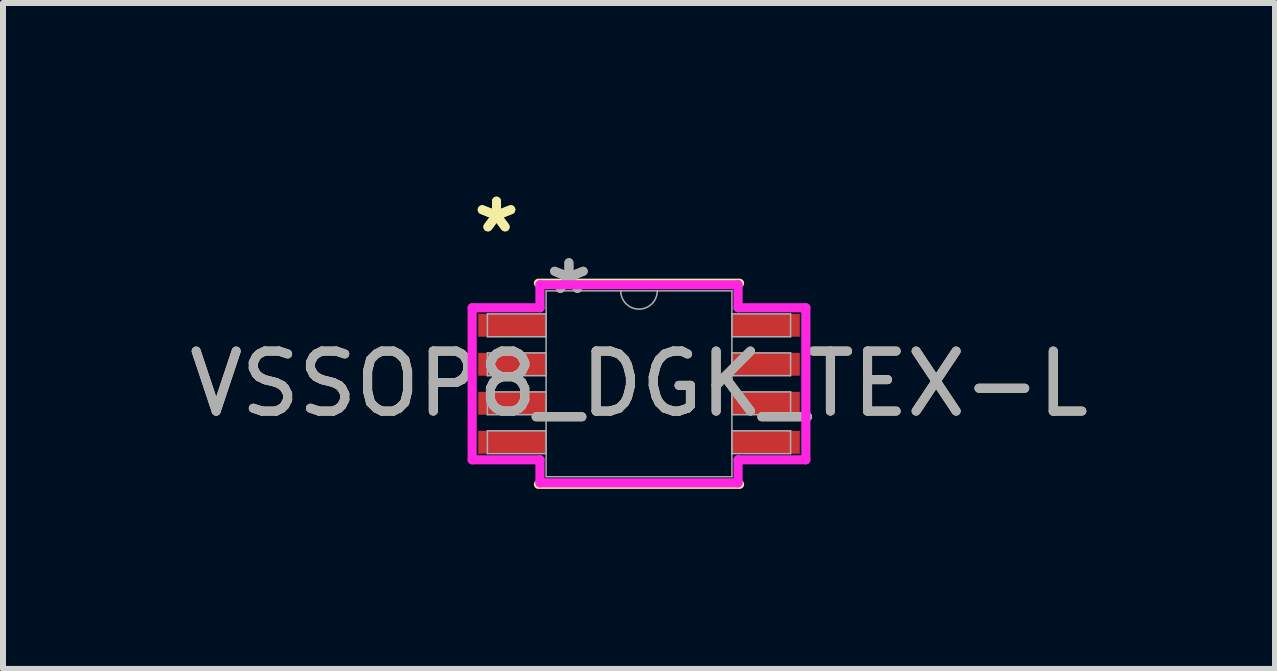
<source format=kicad_pcb>
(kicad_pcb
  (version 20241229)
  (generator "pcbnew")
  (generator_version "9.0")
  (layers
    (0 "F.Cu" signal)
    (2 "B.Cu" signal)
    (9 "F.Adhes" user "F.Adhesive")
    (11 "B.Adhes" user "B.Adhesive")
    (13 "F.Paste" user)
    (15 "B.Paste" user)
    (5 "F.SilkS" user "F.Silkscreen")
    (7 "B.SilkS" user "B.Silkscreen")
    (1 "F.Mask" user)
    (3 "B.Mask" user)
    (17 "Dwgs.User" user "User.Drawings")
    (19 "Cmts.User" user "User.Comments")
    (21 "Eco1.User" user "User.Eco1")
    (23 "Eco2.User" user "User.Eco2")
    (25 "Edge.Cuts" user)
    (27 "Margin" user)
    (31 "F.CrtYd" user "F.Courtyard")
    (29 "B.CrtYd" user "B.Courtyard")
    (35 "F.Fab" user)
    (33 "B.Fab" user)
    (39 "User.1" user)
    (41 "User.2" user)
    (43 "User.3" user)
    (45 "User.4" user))
  (footprint "VSSOP8_DGK_TEX-L"
    (layer "F.Cu")
    (at 7.601 3.347)
    (property "Reference" "VSSOP8_DGK_TEX-L" (at 0 0 0) (unlocked yes) (layer "F.SilkS") (effects (font (size 1 1) (thickness 0.15))))
    (attr smd)
    (fp_line (start -1.676 1.676) (end 1.676 1.676) (stroke (width 0.152) (type solid)) (layer "F.SilkS"))
    (fp_line (start 1.676 -1.676) (end -1.676 -1.676) (stroke (width 0.152) (type solid)) (layer "F.SilkS"))
    (fp_line (start -2.781 -1.267) (end -1.651 -1.267) (stroke (width 0.152) (type solid)) (layer "F.CrtYd"))
    (fp_line (start -2.781 1.267) (end -2.781 -1.267) (stroke (width 0.152) (type solid)) (layer "F.CrtYd"))
    (fp_line (start -2.781 1.267) (end -1.651 1.267) (stroke (width 0.152) (type solid)) (layer "F.CrtYd"))
    (fp_line (start -1.651 -1.651) (end 1.651 -1.651) (stroke (width 0.152) (type solid)) (layer "F.CrtYd"))
    (fp_line (start -1.651 -1.267) (end -1.651 -1.651) (stroke (width 0.152) (type solid)) (layer "F.CrtYd"))
    (fp_line (start -1.651 1.651) (end -1.651 1.267) (stroke (width 0.152) (type solid)) (layer "F.CrtYd"))
    (fp_line (start 1.651 -1.651) (end 1.651 -1.267) (stroke (width 0.152) (type solid)) (layer "F.CrtYd"))
    (fp_line (start 1.651 1.267) (end 1.651 1.651) (stroke (width 0.152) (type solid)) (layer "F.CrtYd"))
    (fp_line (start 1.651 1.651) (end -1.651 1.651) (stroke (width 0.152) (type solid)) (layer "F.CrtYd"))
    (fp_line (start 2.781 -1.267) (end 1.651 -1.267) (stroke (width 0.152) (type solid)) (layer "F.CrtYd"))
    (fp_line (start 2.781 -1.267) (end 2.781 1.267) (stroke (width 0.152) (type solid)) (layer "F.CrtYd"))
    (fp_line (start 2.781 1.267) (end 1.651 1.267) (stroke (width 0.152) (type solid)) (layer "F.CrtYd"))
    (fp_line (start -2.527 -1.165) (end -2.527 -0.784) (stroke (width 0.025) (type solid)) (layer "F.Fab"))
    (fp_line (start -2.527 -0.784) (end -1.549 -0.784) (stroke (width 0.025) (type solid)) (layer "F.Fab"))
    (fp_line (start -2.527 -0.515) (end -2.527 -0.135) (stroke (width 0.025) (type solid)) (layer "F.Fab"))
    (fp_line (start -2.527 -0.135) (end -1.549 -0.135) (stroke (width 0.025) (type solid)) (layer "F.Fab"))
    (fp_line (start -2.527 0.135) (end -2.527 0.515) (stroke (width 0.025) (type solid)) (layer "F.Fab"))
    (fp_line (start -2.527 0.515) (end -1.549 0.515) (stroke (width 0.025) (type solid)) (layer "F.Fab"))
    (fp_line (start -2.527 0.784) (end -2.527 1.165) (stroke (width 0.025) (type solid)) (layer "F.Fab"))
    (fp_line (start -2.527 1.165) (end -1.549 1.165) (stroke (width 0.025) (type solid)) (layer "F.Fab"))
    (fp_line (start -1.549 -1.549) (end -1.549 1.549) (stroke (width 0.025) (type solid)) (layer "F.Fab"))
    (fp_line (start -1.549 -1.165) (end -2.527 -1.165) (stroke (width 0.025) (type solid)) (layer "F.Fab"))
    (fp_line (start -1.549 -0.784) (end -1.549 -1.165) (stroke (width 0.025) (type solid)) (layer "F.Fab"))
    (fp_line (start -1.549 -0.515) (end -2.527 -0.515) (stroke (width 0.025) (type solid)) (layer "F.Fab"))
    (fp_line (start -1.549 -0.135) (end -1.549 -0.515) (stroke (width 0.025) (type solid)) (layer "F.Fab"))
    (fp_line (start -1.549 0.135) (end -2.527 0.135) (stroke (width 0.025) (type solid)) (layer "F.Fab"))
    (fp_line (start -1.549 0.515) (end -1.549 0.135) (stroke (width 0.025) (type solid)) (layer "F.Fab"))
    (fp_line (start -1.549 0.784) (end -2.527 0.784) (stroke (width 0.025) (type solid)) (layer "F.Fab"))
    (fp_line (start -1.549 1.165) (end -1.549 0.784) (stroke (width 0.025) (type solid)) (layer "F.Fab"))
    (fp_line (start -1.549 1.549) (end 1.549 1.549) (stroke (width 0.025) (type solid)) (layer "F.Fab"))
    (fp_line (start 1.549 -1.549) (end -1.549 -1.549) (stroke (width 0.025) (type solid)) (layer "F.Fab"))
    (fp_line (start 1.549 -1.165) (end 1.549 -0.784) (stroke (width 0.025) (type solid)) (layer "F.Fab"))
    (fp_line (start 1.549 -0.784) (end 2.527 -0.784) (stroke (width 0.025) (type solid)) (layer "F.Fab"))
    (fp_line (start 1.549 -0.515) (end 1.549 -0.135) (stroke (width 0.025) (type solid)) (layer "F.Fab"))
    (fp_line (start 1.549 -0.135) (end 2.527 -0.135) (stroke (width 0.025) (type solid)) (layer "F.Fab"))
    (fp_line (start 1.549 0.135) (end 1.549 0.515) (stroke (width 0.025) (type solid)) (layer "F.Fab"))
    (fp_line (start 1.549 0.515) (end 2.527 0.515) (stroke (width 0.025) (type solid)) (layer "F.Fab"))
    (fp_line (start 1.549 0.784) (end 1.549 1.165) (stroke (width 0.025) (type solid)) (layer "F.Fab"))
    (fp_line (start 1.549 1.165) (end 2.527 1.165) (stroke (width 0.025) (type solid)) (layer "F.Fab"))
    (fp_line (start 1.549 1.549) (end 1.549 -1.549) (stroke (width 0.025) (type solid)) (layer "F.Fab"))
    (fp_line (start 2.527 -1.165) (end 1.549 -1.165) (stroke (width 0.025) (type solid)) (layer "F.Fab"))
    (fp_line (start 2.527 -0.784) (end 2.527 -1.165) (stroke (width 0.025) (type solid)) (layer "F.Fab"))
    (fp_line (start 2.527 -0.515) (end 1.549 -0.515) (stroke (width 0.025) (type solid)) (layer "F.Fab"))
    (fp_line (start 2.527 -0.135) (end 2.527 -0.515) (stroke (width 0.025) (type solid)) (layer "F.Fab"))
    (fp_line (start 2.527 0.135) (end 1.549 0.135) (stroke (width 0.025) (type solid)) (layer "F.Fab"))
    (fp_line (start 2.527 0.515) (end 2.527 0.135) (stroke (width 0.025) (type solid)) (layer "F.Fab"))
    (fp_line (start 2.527 0.784) (end 1.549 0.784) (stroke (width 0.025) (type solid)) (layer "F.Fab"))
    (fp_line (start 2.527 1.165) (end 2.527 0.784) (stroke (width 0.025) (type solid)) (layer "F.Fab"))
    (fp_arc (start 0.3048 -1.5494) (mid 0 -1.2446) (end -0.3048 -1.5494) (stroke (width 0.0254) (type solid)) (layer "F.Fab"))
    (fp_text user "*" (at -2.375 -2.499 0) (unlocked yes) (layer "F.SilkS") (effects (font (size 1 1) (thickness 0.15))))
    (fp_text user "*" (at -2.375 -2.499 0) (layer "F.SilkS") (effects (font (size 1 1) (thickness 0.15))))
    (fp_text user "*" (at -1.168 -1.473 0) (layer "F.Fab") (effects (font (size 1 1) (thickness 0.15))))
    (fp_text user "*" (at -1.168 -1.473 0) (unlocked yes) (layer "F.Fab") (effects (font (size 1 1) (thickness 0.15))))
    (fp_text user "${REFERENCE}" (at 0 0 0) (unlocked yes) (layer "F.Fab") (effects (font (size 1 1) (thickness 0.15))))
    (pad "1" smd rect (at -2.121 -0.975) (size 1.118 0.381) (layers "F.Cu" "F.Mask" "F.Paste"))
    (pad "2" smd rect (at -2.121 -0.325) (size 1.118 0.381) (layers "F.Cu" "F.Mask" "F.Paste"))
    (pad "3" smd rect (at -2.121 0.325) (size 1.118 0.381) (layers "F.Cu" "F.Mask" "F.Paste"))
    (pad "4" smd rect (at -2.121 0.975) (size 1.118 0.381) (layers "F.Cu" "F.Mask" "F.Paste"))
    (pad "5" smd rect (at 2.121 0.975) (size 1.118 0.381) (layers "F.Cu" "F.Mask" "F.Paste"))
    (pad "6" smd rect (at 2.121 0.325) (size 1.118 0.381) (layers "F.Cu" "F.Mask" "F.Paste"))
    (pad "7" smd rect (at 2.121 -0.325) (size 1.118 0.381) (layers "F.Cu" "F.Mask" "F.Paste"))
    (pad "8" smd rect (at 2.121 -0.975) (size 1.118 0.381) (layers "F.Cu" "F.Mask" "F.Paste")))
  (gr_rect
    (start -3 -3)
    (end 18.202 8.1)
    (stroke (width 0.1) (type default))
    (fill no)
    (layer "Edge.Cuts")))
</source>
